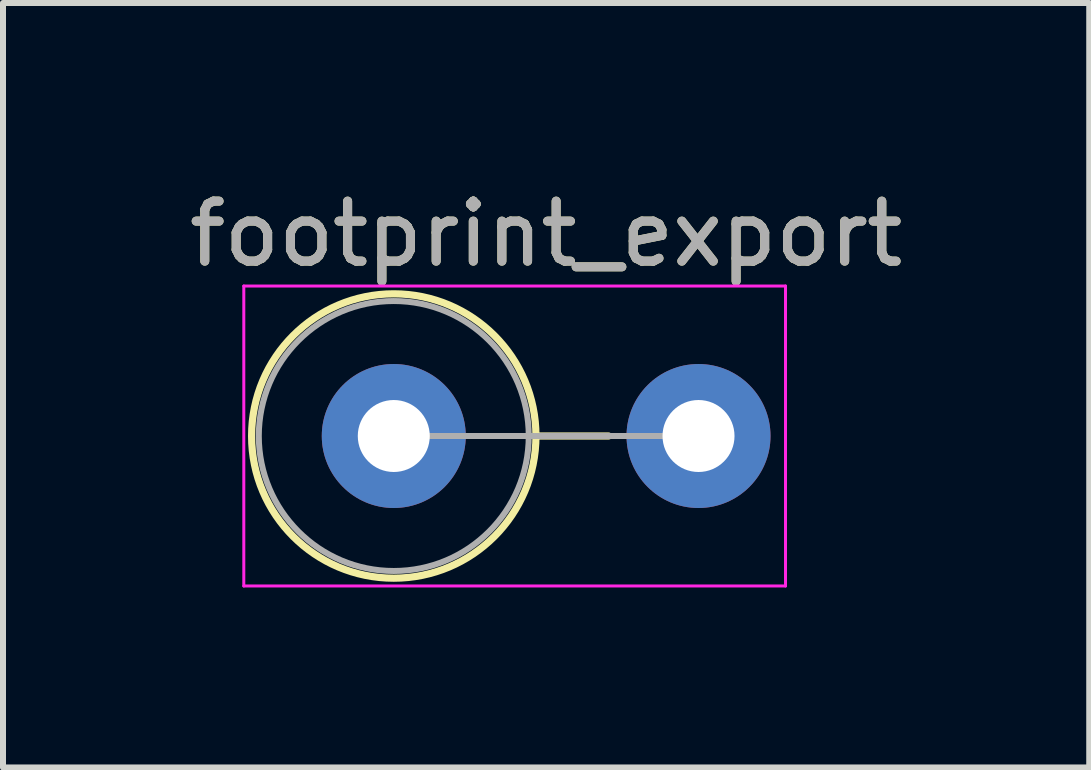
<source format=kicad_pcb>
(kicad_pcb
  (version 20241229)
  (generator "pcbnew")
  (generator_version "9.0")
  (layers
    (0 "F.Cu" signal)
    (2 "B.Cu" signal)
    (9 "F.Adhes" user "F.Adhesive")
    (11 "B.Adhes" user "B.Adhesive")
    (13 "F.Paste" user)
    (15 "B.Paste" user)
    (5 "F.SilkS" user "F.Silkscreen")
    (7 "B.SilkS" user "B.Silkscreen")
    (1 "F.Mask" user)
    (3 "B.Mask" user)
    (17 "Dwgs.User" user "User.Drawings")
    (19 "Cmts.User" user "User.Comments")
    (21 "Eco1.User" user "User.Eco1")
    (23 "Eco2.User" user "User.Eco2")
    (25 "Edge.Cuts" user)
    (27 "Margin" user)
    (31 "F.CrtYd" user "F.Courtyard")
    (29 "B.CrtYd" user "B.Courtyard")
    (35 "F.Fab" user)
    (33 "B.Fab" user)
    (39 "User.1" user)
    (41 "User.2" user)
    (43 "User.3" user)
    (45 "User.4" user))
  (footprint "footprint_export"
    (layer "F.Cu")
    (at 3.514 4.218)
    (property "Reference" "footprint_export" (at 2.54 -3.37 0) (layer "F.SilkS") (effects (font (size 1 1) (thickness 0.15))))
    (attr through_hole)
    (fp_line (start 2.37 0) (end 3.58 0) (stroke (width 0.12) (type solid)) (layer "F.SilkS"))
    (fp_circle (center 0 0) (end 2.37 0) (stroke (width 0.12) (type solid)) (fill no) (layer "F.SilkS"))
    (fp_line (start -2.5 -2.5) (end -2.5 2.5) (stroke (width 0.05) (type solid)) (layer "F.CrtYd"))
    (fp_line (start -2.5 2.5) (end 6.53 2.5) (stroke (width 0.05) (type solid)) (layer "F.CrtYd"))
    (fp_line (start 6.53 -2.5) (end -2.5 -2.5) (stroke (width 0.05) (type solid)) (layer "F.CrtYd"))
    (fp_line (start 6.53 2.5) (end 6.53 -2.5) (stroke (width 0.05) (type solid)) (layer "F.CrtYd"))
    (fp_line (start 0 0) (end 5.08 0) (stroke (width 0.1) (type solid)) (layer "F.Fab"))
    (fp_circle (center 0 0) (end 2.25 0) (stroke (width 0.1) (type solid)) (fill no) (layer "F.Fab"))
    (fp_text user "${REFERENCE}" (at 2.54 -3.37 0) (layer "F.Fab") (effects (font (size 1 1) (thickness 0.15))))
    (pad "1" thru_hole circle (at 0 0) (size 2.4 2.4) (drill 1.2) (layers "*.Cu" "*.Mask"))
    (pad "2" thru_hole oval (at 5.08 0) (size 2.4 2.4) (drill 1.2) (layers "*.Cu" "*.Mask")))
  (gr_rect
    (start -3 -3)
    (end 15.107 9.743)
    (stroke (width 0.1) (type default))
    (fill no)
    (layer "Edge.Cuts")))
</source>
